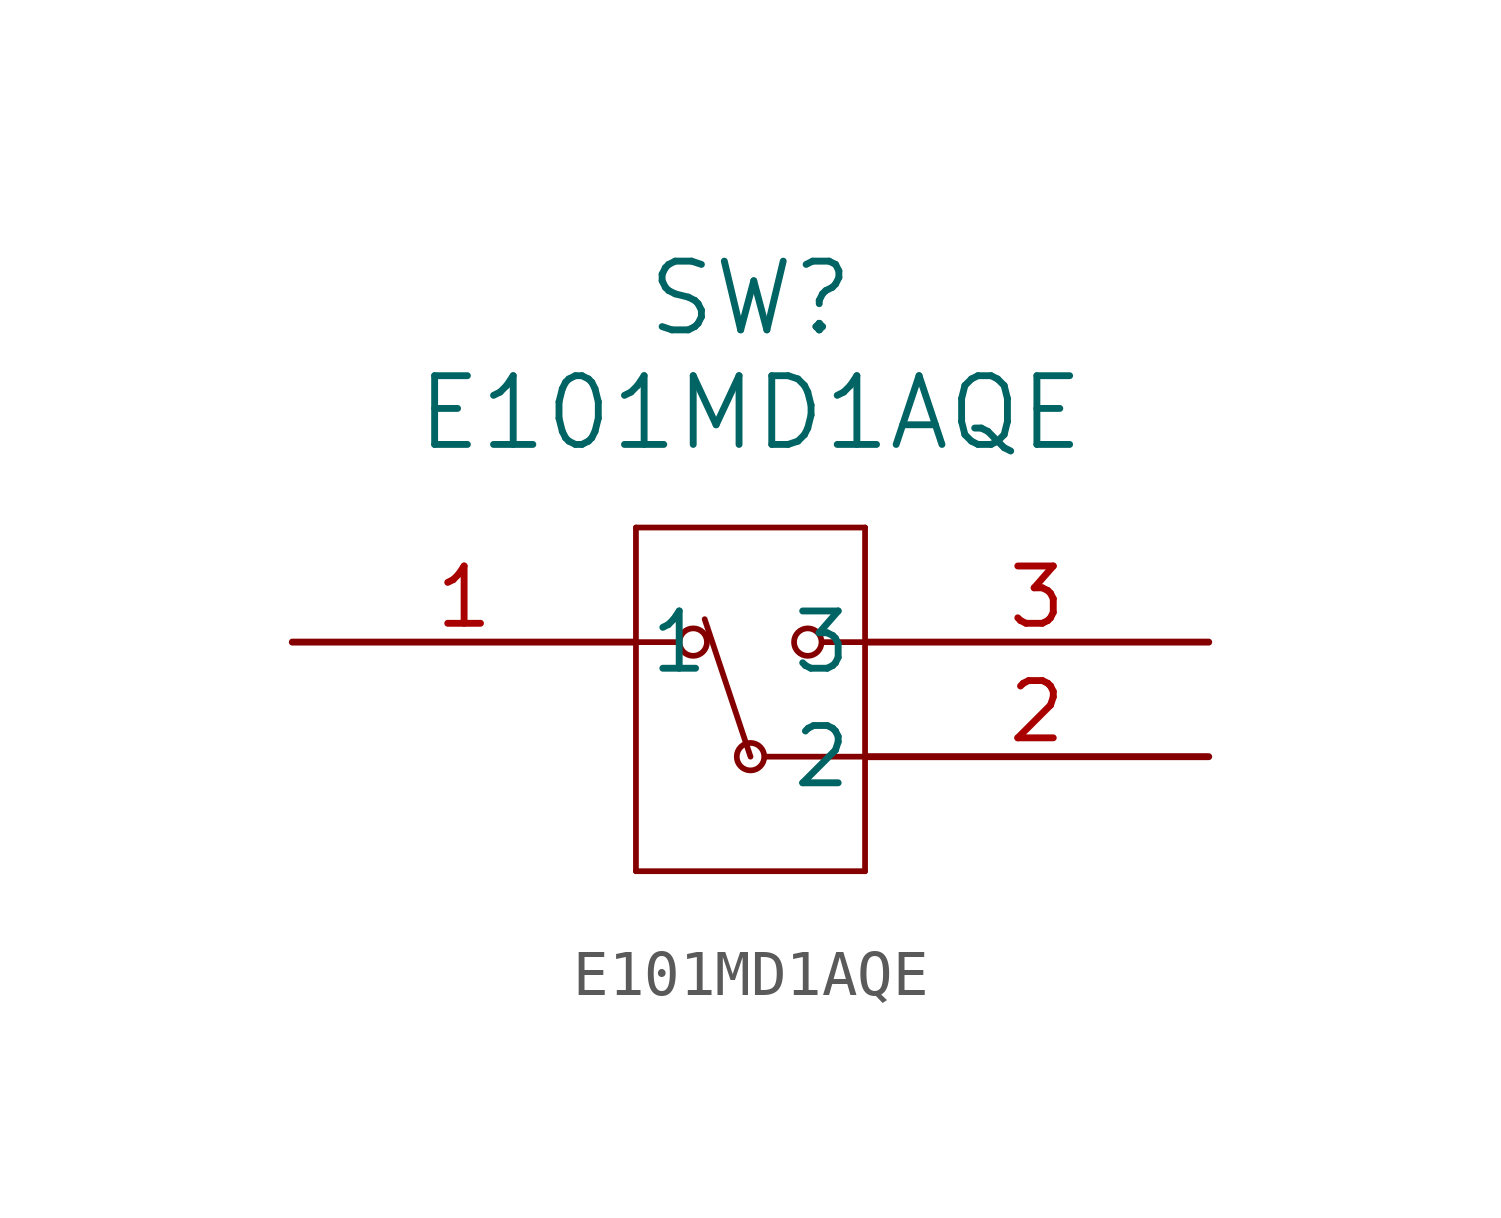
<source format=kicad_sym>
(kicad_symbol_lib
  (version 20211014)
  (generator kicad_symbol_editor)
  (symbol "E101MD1AQE"
    (pin_names
      (offset 0.254))
    (property "Reference" "SW"
      (at 10.16 7.62 0)
      (effects (font (size 1.524 1.524))))
    (property "Value" "E101MD1AQE"
      (at 10.16 5.08 0)
      (effects (font (size 1.524 1.524))))
    (symbol "E101MD1AQE_0_1"
      (polyline (pts (xy 7.62 2.54) (xy 7.62 -5.08)) (stroke (width 0.127) (type default) (color 0 0 0 0)) (fill (type none)))
      (polyline (pts (xy 7.62 -5.08) (xy 12.7 -5.08)) (stroke (width 0.127) (type default) (color 0 0 0 0)) (fill (type none)))
      (polyline (pts (xy 12.7 -5.08) (xy 12.7 2.54)) (stroke (width 0.127) (type default) (color 0 0 0 0)) (fill (type none)))
      (polyline (pts (xy 12.7 2.54) (xy 7.62 2.54)) (stroke (width 0.127) (type default) (color 0 0 0 0)) (fill (type none)))
      (circle (center 8.89 0) (radius 0.305) (stroke (width 0.127) (type default) (color 0 0 0 0)) (fill (type none)))
      (circle (center 11.43 0) (radius 0.305) (stroke (width 0.127) (type default) (color 0 0 0 0)) (fill (type none)))
      (circle (center 10.16 -2.54) (radius 0.305) (stroke (width 0.127) (type default) (color 0 0 0 0)) (fill (type none)))
      (polyline (pts (xy 8.572 0) (xy 7.62 0)) (stroke (width 0.127) (type default) (color 0 0 0 0)) (fill (type none)))
      (polyline (pts (xy 11.748 0) (xy 12.7 0)) (stroke (width 0.127) (type default) (color 0 0 0 0)) (fill (type none)))
      (polyline (pts (xy 10.477 -2.54) (xy 12.7 -2.54)) (stroke (width 0.127) (type default) (color 0 0 0 0)) (fill (type none)))
      (polyline (pts (xy 10.16 -2.54) (xy 9.144 0.508)) (stroke (width 0.127) (type default) (color 0 0 0 0)) (fill (type none)))
      (pin unspecified line (at 0 0 0) (length 7.62) (name "1" (effects (font (size 1.27 1.27)))) (number "1" (effects (font (size 1.27 1.27)))))
      (pin unspecified line (at 20.32 -2.54 180) (length 7.62) (name "2" (effects (font (size 1.27 1.27)))) (number "2" (effects (font (size 1.27 1.27)))))
      (pin unspecified line (at 20.32 0 180) (length 7.62) (name "3" (effects (font (size 1.27 1.27)))) (number "3" (effects (font (size 1.27 1.27))))))))
</source>
